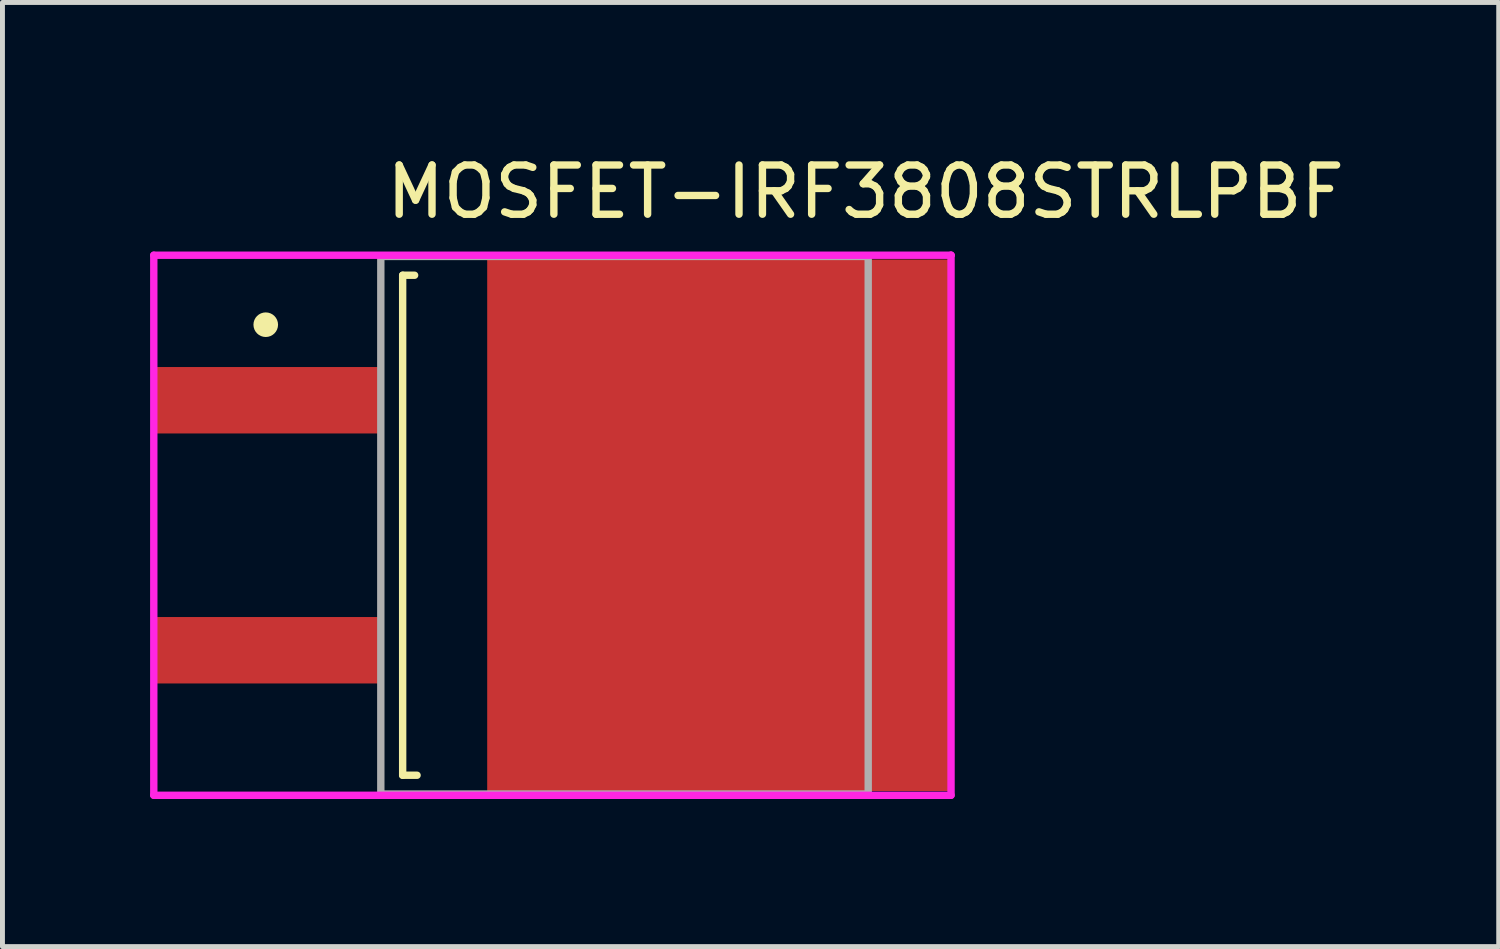
<source format=kicad_pcb>
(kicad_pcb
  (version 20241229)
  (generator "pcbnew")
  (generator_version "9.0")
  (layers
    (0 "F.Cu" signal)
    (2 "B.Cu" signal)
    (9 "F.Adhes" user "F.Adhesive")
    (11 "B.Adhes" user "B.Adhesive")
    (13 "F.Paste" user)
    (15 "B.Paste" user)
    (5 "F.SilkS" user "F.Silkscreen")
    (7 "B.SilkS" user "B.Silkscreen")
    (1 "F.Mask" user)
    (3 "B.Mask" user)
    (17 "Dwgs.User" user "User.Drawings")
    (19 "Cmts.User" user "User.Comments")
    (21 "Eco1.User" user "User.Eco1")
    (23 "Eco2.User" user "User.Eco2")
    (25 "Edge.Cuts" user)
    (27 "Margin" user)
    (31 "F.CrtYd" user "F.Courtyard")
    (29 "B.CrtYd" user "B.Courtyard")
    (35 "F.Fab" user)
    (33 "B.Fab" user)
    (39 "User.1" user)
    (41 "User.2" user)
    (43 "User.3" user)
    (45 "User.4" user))
  (footprint "MOSFET-IRF3808STRLPBF"
    (layer "F.Cu")
    (at 9.64 7.623)
    (property "Reference" "MOSFET-IRF3808STRLPBF" (at -4.915 -6.775 0) (layer "F.SilkS") (effects (font (size 1 1) (thickness 0.15)) (justify left)))
    (attr through_hole)
    (fp_line (start -4.508 -5.08) (end -4.265 -5.08) (stroke (width 0.15) (type solid)) (layer "F.SilkS"))
    (fp_line (start -4.508 5.08) (end -4.508 -5.08) (stroke (width 0.15) (type solid)) (layer "F.SilkS"))
    (fp_line (start -4.508 5.08) (end -4.215 5.08) (stroke (width 0.15) (type solid)) (layer "F.SilkS"))
    (fp_circle (center -7.29 -4.075) (end -7.165 -4.075) (stroke (width 0.25) (type solid)) (fill no) (layer "F.SilkS"))
    (fp_poly (pts (xy -9.49 -3.165) (xy -4.99 -3.165) (xy -4.99 -1.915) (xy -9.49 -1.915)) (stroke (width 0) (type solid)) (fill yes) (layer "F.Paste"))
    (fp_poly (pts (xy -9.49 1.915) (xy -4.99 1.915) (xy -4.99 3.165) (xy -9.49 3.165)) (stroke (width 0) (type solid)) (fill yes) (layer "F.Paste"))
    (fp_poly (pts (xy -2.74 -5.35) (xy 1.76 -5.35) (xy 1.76 -0.15) (xy -2.74 -0.15)) (stroke (width 0) (type solid)) (fill yes) (layer "F.Paste"))
    (fp_poly (pts (xy -2.74 0.15) (xy 1.76 0.15) (xy 1.76 5.35) (xy -2.74 5.35)) (stroke (width 0) (type solid)) (fill yes) (layer "F.Paste"))
    (fp_poly (pts (xy 2.06 -5.35) (xy 6.56 -5.35) (xy 6.56 -0.15) (xy 2.06 -0.15)) (stroke (width 0) (type solid)) (fill yes) (layer "F.Paste"))
    (fp_poly (pts (xy 2.06 0.15) (xy 6.56 0.15) (xy 6.56 5.35) (xy 2.06 5.35)) (stroke (width 0) (type solid)) (fill yes) (layer "F.Paste"))
    (fp_line (start -9.565 -5.487) (end -9.565 5.487) (stroke (width 0.15) (type solid)) (layer "F.CrtYd"))
    (fp_line (start -9.565 5.487) (end 6.635 5.487) (stroke (width 0.15) (type solid)) (layer "F.CrtYd"))
    (fp_line (start 6.635 -5.487) (end -9.565 -5.487) (stroke (width 0.15) (type solid)) (layer "F.CrtYd"))
    (fp_line (start 6.635 -5.487) (end 6.635 -5.487) (stroke (width 0.15) (type solid)) (layer "F.CrtYd"))
    (fp_line (start 6.635 5.487) (end 6.635 -5.487) (stroke (width 0.15) (type solid)) (layer "F.CrtYd"))
    (fp_line (start -4.952 -5.462) (end 4.952 -5.462) (stroke (width 0.15) (type solid)) (layer "F.Fab"))
    (fp_line (start -4.952 5.462) (end -4.952 -5.462) (stroke (width 0.15) (type solid)) (layer "F.Fab"))
    (fp_line (start 4.952 -5.462) (end 4.952 5.462) (stroke (width 0.15) (type solid)) (layer "F.Fab"))
    (fp_line (start 4.952 5.462) (end -4.952 5.462) (stroke (width 0.15) (type solid)) (layer "F.Fab"))
    (pad "1" smd rect (at -7.24 -2.54 90) (size 1.35 4.6) (layers "F.Cu" "F.Mask"))
    (pad "3" smd rect (at -7.24 2.54 90) (size 1.35 4.6) (layers "F.Cu" "F.Mask"))
    (pad "4" smd rect (at 1.91 0 90) (size 10.8 9.4) (layers "F.Cu" "F.Mask")))
  (gr_rect
    (start -3 -3)
    (end 27.404 16.185)
    (stroke (width 0.1) (type default))
    (fill no)
    (layer "Edge.Cuts")))
</source>
